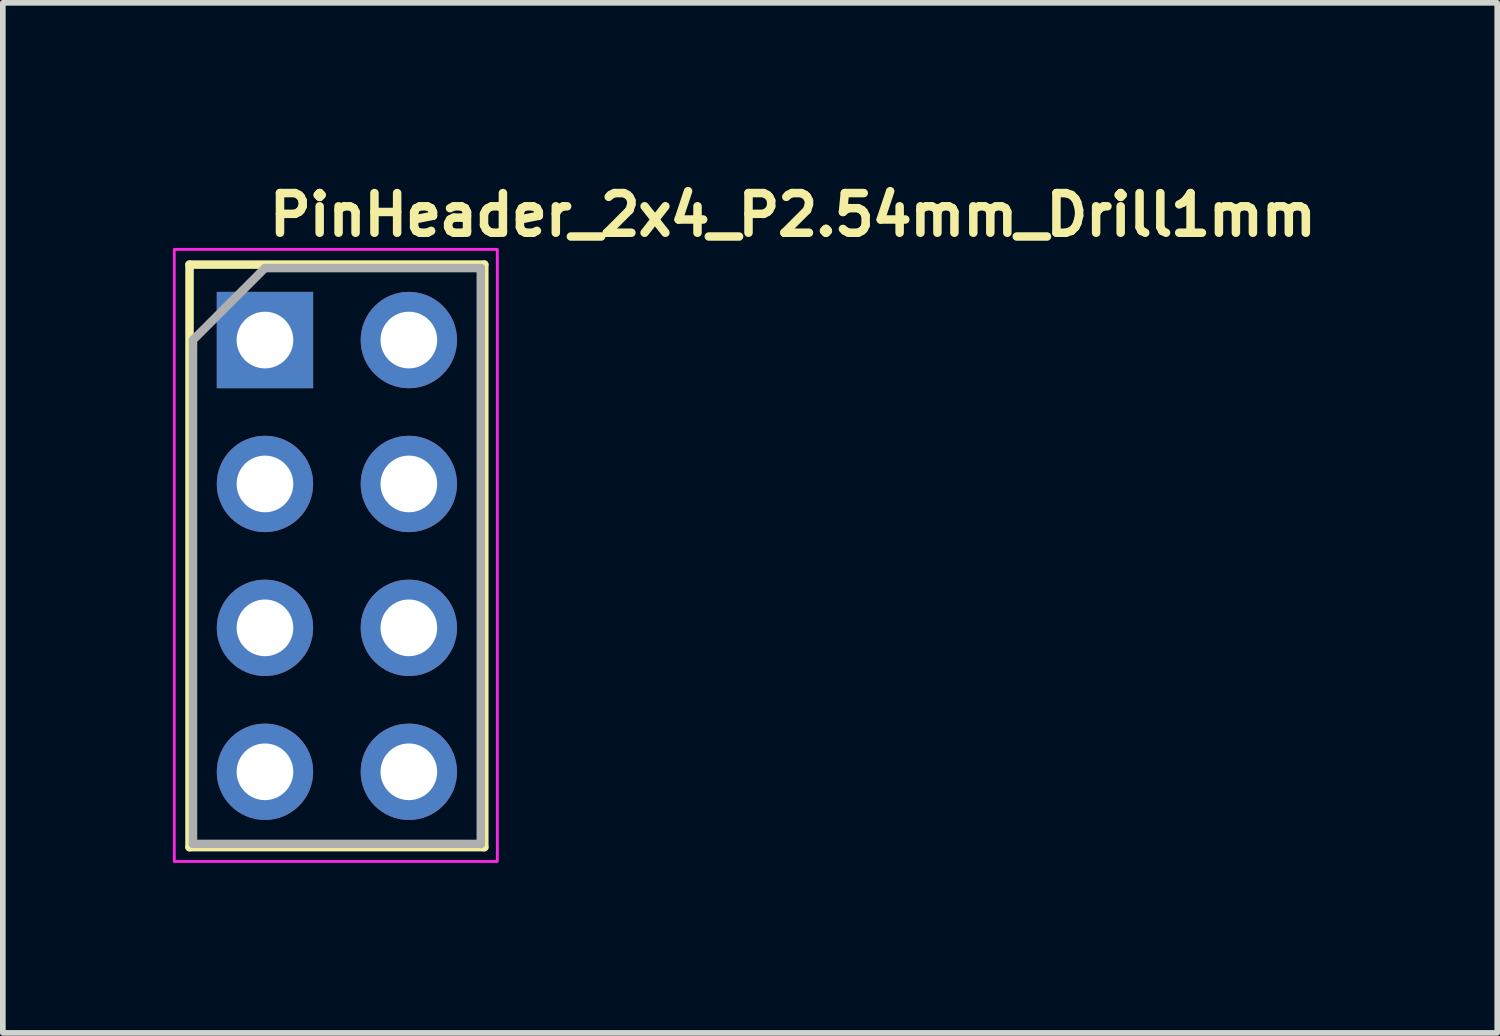
<source format=kicad_pcb>
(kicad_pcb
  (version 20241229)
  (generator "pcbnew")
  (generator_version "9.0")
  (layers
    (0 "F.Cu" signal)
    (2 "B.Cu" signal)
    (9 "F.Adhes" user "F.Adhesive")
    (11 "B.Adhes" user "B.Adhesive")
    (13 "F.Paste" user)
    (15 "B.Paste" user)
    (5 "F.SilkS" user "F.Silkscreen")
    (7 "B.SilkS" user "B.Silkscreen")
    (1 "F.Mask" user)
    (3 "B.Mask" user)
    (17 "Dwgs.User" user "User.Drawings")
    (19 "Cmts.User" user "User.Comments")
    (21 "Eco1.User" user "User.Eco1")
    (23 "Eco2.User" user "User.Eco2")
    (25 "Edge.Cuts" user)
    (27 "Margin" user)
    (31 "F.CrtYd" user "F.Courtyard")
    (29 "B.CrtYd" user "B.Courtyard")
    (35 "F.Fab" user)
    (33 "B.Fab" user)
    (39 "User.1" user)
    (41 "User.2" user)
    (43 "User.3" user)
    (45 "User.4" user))
  (footprint "PinHeader_2x4_P2.54mm_Drill1mm"
    (layer "F.Cu")
    (at 1.625 2.95)
    (property "Reference" "PinHeader_2x4_P2.54mm_Drill1mm" (at 0 -1.8 0) (layer "F.SilkS") (effects (font (size 0.7 0.7) (thickness 0.15)) (justify left bottom)))
    (attr through_hole)
    (fp_line (start -1.331 -1.331) (end -1.331 8.948) (stroke (width 0.15) (type solid)) (layer "F.SilkS"))
    (fp_line (start -1.331 -1.331) (end 3.87 -1.331) (stroke (width 0.15) (type solid)) (layer "F.SilkS"))
    (fp_line (start -1.331 8.948) (end 3.87 8.948) (stroke (width 0.15) (type solid)) (layer "F.SilkS"))
    (fp_line (start 3.87 -1.331) (end 3.87 8.948) (stroke (width 0.15) (type solid)) (layer "F.SilkS"))
    (fp_rect (start -1.6 -1.6) (end 4.1 9.2) (stroke (width 0.05) (type solid)) (fill no) (layer "F.CrtYd"))
    (fp_line (start -1.27 0) (end 0 -1.27) (stroke (width 0.15) (type solid)) (layer "F.Fab"))
    (fp_line (start -1.27 8.89) (end -1.27 0) (stroke (width 0.15) (type solid)) (layer "F.Fab"))
    (fp_line (start 0 -1.27) (end 3.809 -1.27) (stroke (width 0.15) (type solid)) (layer "F.Fab"))
    (fp_line (start 3.809 -1.27) (end 3.809 8.89) (stroke (width 0.15) (type solid)) (layer "F.Fab"))
    (fp_line (start 3.809 8.89) (end -1.27 8.89) (stroke (width 0.15) (type solid)) (layer "F.Fab"))
    (fp_rect (start 3.781 8.891) (end -1.239 -1.269) (stroke (width 0.1) (type solid)) (fill no) (layer "User.5"))
    (fp_line (start -1.239 -1.269) (end -1.239 1.047) (stroke (width 0.02) (type solid)) (layer "User.9"))
    (fp_line (start -1.239 -1.269) (end 3.781 -1.269) (stroke (width 0.02) (type solid)) (layer "User.9"))
    (fp_line (start -1.239 1.047) (end -1.015 1.27) (stroke (width 0.02) (type solid)) (layer "User.9"))
    (fp_line (start -1.239 1.047) (end 3.781 1.047) (stroke (width 0.02) (type solid)) (layer "User.9"))
    (fp_line (start -1.239 1.496) (end -1.239 3.586) (stroke (width 0.02) (type solid)) (layer "User.9"))
    (fp_line (start -1.239 1.496) (end -1.015 1.27) (stroke (width 0.02) (type solid)) (layer "User.9"))
    (fp_line (start -1.239 1.496) (end 3.781 1.496) (stroke (width 0.02) (type solid)) (layer "User.9"))
    (fp_line (start -1.239 3.586) (end -1.015 3.81) (stroke (width 0.02) (type solid)) (layer "User.9"))
    (fp_line (start -1.239 3.586) (end 3.781 3.586) (stroke (width 0.02) (type solid)) (layer "User.9"))
    (fp_line (start -1.239 4.036) (end -1.239 6.127) (stroke (width 0.02) (type solid)) (layer "User.9"))
    (fp_line (start -1.239 4.036) (end -1.015 3.81) (stroke (width 0.02) (type solid)) (layer "User.9"))
    (fp_line (start -1.239 4.036) (end 3.781 4.036) (stroke (width 0.02) (type solid)) (layer "User.9"))
    (fp_line (start -1.239 6.127) (end -1.015 6.351) (stroke (width 0.02) (type solid)) (layer "User.9"))
    (fp_line (start -1.239 6.127) (end 3.781 6.127) (stroke (width 0.02) (type solid)) (layer "User.9"))
    (fp_line (start -1.239 6.576) (end -1.239 8.891) (stroke (width 0.02) (type solid)) (layer "User.9"))
    (fp_line (start -1.239 6.576) (end -1.015 6.351) (stroke (width 0.02) (type solid)) (layer "User.9"))
    (fp_line (start -1.239 6.576) (end 3.781 6.576) (stroke (width 0.02) (type solid)) (layer "User.9"))
    (fp_line (start -1.239 8.891) (end 3.781 8.891) (stroke (width 0.02) (type solid)) (layer "User.9"))
    (fp_line (start -1.015 1.27) (end 3.556 1.27) (stroke (width 0.02) (type solid)) (layer "User.9"))
    (fp_line (start -1.015 3.81) (end 3.556 3.81) (stroke (width 0.02) (type solid)) (layer "User.9"))
    (fp_line (start -1.015 6.351) (end 3.556 6.351) (stroke (width 0.02) (type solid)) (layer "User.9"))
    (fp_line (start -0.32 -0.32) (end -0.32 0.32) (stroke (width 0.02) (type solid)) (layer "User.9"))
    (fp_line (start -0.32 -0.32) (end -0.064 -0.064) (stroke (width 0.02) (type solid)) (layer "User.9"))
    (fp_line (start -0.32 -0.32) (end 0.32 -0.32) (stroke (width 0.02) (type solid)) (layer "User.9"))
    (fp_line (start -0.32 0.32) (end -0.064 0.064) (stroke (width 0.02) (type solid)) (layer "User.9"))
    (fp_line (start -0.32 0.32) (end 0.32 0.32) (stroke (width 0.02) (type solid)) (layer "User.9"))
    (fp_line (start -0.32 2.222) (end -0.32 2.86) (stroke (width 0.02) (type solid)) (layer "User.9"))
    (fp_line (start -0.32 2.222) (end -0.064 2.476) (stroke (width 0.02) (type solid)) (layer "User.9"))
    (fp_line (start -0.32 2.222) (end 0.32 2.222) (stroke (width 0.02) (type solid)) (layer "User.9"))
    (fp_line (start -0.32 2.86) (end -0.064 2.605) (stroke (width 0.02) (type solid)) (layer "User.9"))
    (fp_line (start -0.32 2.86) (end 0.32 2.86) (stroke (width 0.02) (type solid)) (layer "User.9"))
    (fp_line (start -0.32 4.76) (end -0.32 5.401) (stroke (width 0.02) (type solid)) (layer "User.9"))
    (fp_line (start -0.32 4.76) (end -0.064 5.016) (stroke (width 0.02) (type solid)) (layer "User.9"))
    (fp_line (start -0.32 4.76) (end 0.32 4.76) (stroke (width 0.02) (type solid)) (layer "User.9"))
    (fp_line (start -0.32 5.401) (end -0.064 5.146) (stroke (width 0.02) (type solid)) (layer "User.9"))
    (fp_line (start -0.32 5.401) (end 0.32 5.401) (stroke (width 0.02) (type solid)) (layer "User.9"))
    (fp_line (start -0.32 7.3) (end -0.32 7.941) (stroke (width 0.02) (type solid)) (layer "User.9"))
    (fp_line (start -0.32 7.3) (end -0.064 7.556) (stroke (width 0.02) (type solid)) (layer "User.9"))
    (fp_line (start -0.32 7.3) (end 0.32 7.3) (stroke (width 0.02) (type solid)) (layer "User.9"))
    (fp_line (start -0.32 7.941) (end -0.064 7.686) (stroke (width 0.02) (type solid)) (layer "User.9"))
    (fp_line (start -0.32 7.941) (end 0.32 7.941) (stroke (width 0.02) (type solid)) (layer "User.9"))
    (fp_line (start -0.064 -0.064) (end -0.064 0.064) (stroke (width 0.02) (type solid)) (layer "User.9"))
    (fp_line (start -0.064 -0.064) (end 0.064 -0.064) (stroke (width 0.02) (type solid)) (layer "User.9"))
    (fp_line (start -0.064 0.064) (end 0.064 0.064) (stroke (width 0.02) (type solid)) (layer "User.9"))
    (fp_line (start -0.064 2.476) (end -0.064 2.605) (stroke (width 0.02) (type solid)) (layer "User.9"))
    (fp_line (start -0.064 2.476) (end 0.064 2.476) (stroke (width 0.02) (type solid)) (layer "User.9"))
    (fp_line (start -0.064 2.605) (end 0.064 2.605) (stroke (width 0.02) (type solid)) (layer "User.9"))
    (fp_line (start -0.064 5.016) (end -0.064 5.146) (stroke (width 0.02) (type solid)) (layer "User.9"))
    (fp_line (start -0.064 5.016) (end 0.064 5.016) (stroke (width 0.02) (type solid)) (layer "User.9"))
    (fp_line (start -0.064 5.146) (end 0.064 5.146) (stroke (width 0.02) (type solid)) (layer "User.9"))
    (fp_line (start -0.064 7.556) (end -0.064 7.686) (stroke (width 0.02) (type solid)) (layer "User.9"))
    (fp_line (start -0.064 7.556) (end 0.064 7.556) (stroke (width 0.02) (type solid)) (layer "User.9"))
    (fp_line (start -0.064 7.686) (end 0.064 7.686) (stroke (width 0.02) (type solid)) (layer "User.9"))
    (fp_line (start 0.064 -0.064) (end 0.064 0.064) (stroke (width 0.02) (type solid)) (layer "User.9"))
    (fp_line (start 0.064 2.476) (end 0.064 2.605) (stroke (width 0.02) (type solid)) (layer "User.9"))
    (fp_line (start 0.064 5.016) (end 0.064 5.146) (stroke (width 0.02) (type solid)) (layer "User.9"))
    (fp_line (start 0.064 7.556) (end 0.064 7.686) (stroke (width 0.02) (type solid)) (layer "User.9"))
    (fp_line (start 0.32 -0.32) (end 0.064 -0.064) (stroke (width 0.02) (type solid)) (layer "User.9"))
    (fp_line (start 0.32 -0.32) (end 0.32 0.32) (stroke (width 0.02) (type solid)) (layer "User.9"))
    (fp_line (start 0.32 0.32) (end 0.064 0.064) (stroke (width 0.02) (type solid)) (layer "User.9"))
    (fp_line (start 0.32 2.222) (end 0.064 2.476) (stroke (width 0.02) (type solid)) (layer "User.9"))
    (fp_line (start 0.32 2.222) (end 0.32 2.86) (stroke (width 0.02) (type solid)) (layer "User.9"))
    (fp_line (start 0.32 2.86) (end 0.064 2.605) (stroke (width 0.02) (type solid)) (layer "User.9"))
    (fp_line (start 0.32 4.76) (end 0.064 5.016) (stroke (width 0.02) (type solid)) (layer "User.9"))
    (fp_line (start 0.32 4.76) (end 0.32 5.401) (stroke (width 0.02) (type solid)) (layer "User.9"))
    (fp_line (start 0.32 5.401) (end 0.064 5.146) (stroke (width 0.02) (type solid)) (layer "User.9"))
    (fp_line (start 0.32 7.3) (end 0.064 7.556) (stroke (width 0.02) (type solid)) (layer "User.9"))
    (fp_line (start 0.32 7.3) (end 0.32 7.941) (stroke (width 0.02) (type solid)) (layer "User.9"))
    (fp_line (start 0.32 7.941) (end 0.064 7.686) (stroke (width 0.02) (type solid)) (layer "User.9"))
    (fp_line (start 2.222 -0.32) (end 2.222 0.32) (stroke (width 0.02) (type solid)) (layer "User.9"))
    (fp_line (start 2.222 -0.32) (end 2.476 -0.064) (stroke (width 0.02) (type solid)) (layer "User.9"))
    (fp_line (start 2.222 -0.32) (end 2.86 -0.32) (stroke (width 0.02) (type solid)) (layer "User.9"))
    (fp_line (start 2.222 0.32) (end 2.476 0.064) (stroke (width 0.02) (type solid)) (layer "User.9"))
    (fp_line (start 2.222 0.32) (end 2.86 0.32) (stroke (width 0.02) (type solid)) (layer "User.9"))
    (fp_line (start 2.222 2.222) (end 2.222 2.86) (stroke (width 0.02) (type solid)) (layer "User.9"))
    (fp_line (start 2.222 2.222) (end 2.476 2.476) (stroke (width 0.02) (type solid)) (layer "User.9"))
    (fp_line (start 2.222 2.222) (end 2.86 2.222) (stroke (width 0.02) (type solid)) (layer "User.9"))
    (fp_line (start 2.222 2.86) (end 2.476 2.605) (stroke (width 0.02) (type solid)) (layer "User.9"))
    (fp_line (start 2.222 2.86) (end 2.86 2.86) (stroke (width 0.02) (type solid)) (layer "User.9"))
    (fp_line (start 2.222 4.76) (end 2.222 5.401) (stroke (width 0.02) (type solid)) (layer "User.9"))
    (fp_line (start 2.222 4.76) (end 2.476 5.016) (stroke (width 0.02) (type solid)) (layer "User.9"))
    (fp_line (start 2.222 4.76) (end 2.86 4.76) (stroke (width 0.02) (type solid)) (layer "User.9"))
    (fp_line (start 2.222 5.401) (end 2.476 5.146) (stroke (width 0.02) (type solid)) (layer "User.9"))
    (fp_line (start 2.222 5.401) (end 2.86 5.401) (stroke (width 0.02) (type solid)) (layer "User.9"))
    (fp_line (start 2.222 7.3) (end 2.222 7.941) (stroke (width 0.02) (type solid)) (layer "User.9"))
    (fp_line (start 2.222 7.3) (end 2.476 7.556) (stroke (width 0.02) (type solid)) (layer "User.9"))
    (fp_line (start 2.222 7.3) (end 2.86 7.3) (stroke (width 0.02) (type solid)) (layer "User.9"))
    (fp_line (start 2.222 7.941) (end 2.476 7.686) (stroke (width 0.02) (type solid)) (layer "User.9"))
    (fp_line (start 2.222 7.941) (end 2.86 7.941) (stroke (width 0.02) (type solid)) (layer "User.9"))
    (fp_line (start 2.476 -0.064) (end 2.476 0.064) (stroke (width 0.02) (type solid)) (layer "User.9"))
    (fp_line (start 2.476 -0.064) (end 2.605 -0.064) (stroke (width 0.02) (type solid)) (layer "User.9"))
    (fp_line (start 2.476 0.064) (end 2.605 0.064) (stroke (width 0.02) (type solid)) (layer "User.9"))
    (fp_line (start 2.476 2.476) (end 2.476 2.605) (stroke (width 0.02) (type solid)) (layer "User.9"))
    (fp_line (start 2.476 2.476) (end 2.605 2.476) (stroke (width 0.02) (type solid)) (layer "User.9"))
    (fp_line (start 2.476 2.605) (end 2.605 2.605) (stroke (width 0.02) (type solid)) (layer "User.9"))
    (fp_line (start 2.476 5.016) (end 2.476 5.146) (stroke (width 0.02) (type solid)) (layer "User.9"))
    (fp_line (start 2.476 5.016) (end 2.605 5.016) (stroke (width 0.02) (type solid)) (layer "User.9"))
    (fp_line (start 2.476 5.146) (end 2.605 5.146) (stroke (width 0.02) (type solid)) (layer "User.9"))
    (fp_line (start 2.476 7.556) (end 2.476 7.686) (stroke (width 0.02) (type solid)) (layer "User.9"))
    (fp_line (start 2.476 7.556) (end 2.605 7.556) (stroke (width 0.02) (type solid)) (layer "User.9"))
    (fp_line (start 2.476 7.686) (end 2.605 7.686) (stroke (width 0.02) (type solid)) (layer "User.9"))
    (fp_line (start 2.605 -0.064) (end 2.605 0.064) (stroke (width 0.02) (type solid)) (layer "User.9"))
    (fp_line (start 2.605 2.476) (end 2.605 2.605) (stroke (width 0.02) (type solid)) (layer "User.9"))
    (fp_line (start 2.605 5.016) (end 2.605 5.146) (stroke (width 0.02) (type solid)) (layer "User.9"))
    (fp_line (start 2.605 7.556) (end 2.605 7.686) (stroke (width 0.02) (type solid)) (layer "User.9"))
    (fp_line (start 2.86 -0.32) (end 2.605 -0.064) (stroke (width 0.02) (type solid)) (layer "User.9"))
    (fp_line (start 2.86 -0.32) (end 2.86 0.32) (stroke (width 0.02) (type solid)) (layer "User.9"))
    (fp_line (start 2.86 0.32) (end 2.605 0.064) (stroke (width 0.02) (type solid)) (layer "User.9"))
    (fp_line (start 2.86 2.222) (end 2.605 2.476) (stroke (width 0.02) (type solid)) (layer "User.9"))
    (fp_line (start 2.86 2.222) (end 2.86 2.86) (stroke (width 0.02) (type solid)) (layer "User.9"))
    (fp_line (start 2.86 2.86) (end 2.605 2.605) (stroke (width 0.02) (type solid)) (layer "User.9"))
    (fp_line (start 2.86 4.76) (end 2.605 5.016) (stroke (width 0.02) (type solid)) (layer "User.9"))
    (fp_line (start 2.86 4.76) (end 2.86 5.401) (stroke (width 0.02) (type solid)) (layer "User.9"))
    (fp_line (start 2.86 5.401) (end 2.605 5.146) (stroke (width 0.02) (type solid)) (layer "User.9"))
    (fp_line (start 2.86 7.3) (end 2.605 7.556) (stroke (width 0.02) (type solid)) (layer "User.9"))
    (fp_line (start 2.86 7.3) (end 2.86 7.941) (stroke (width 0.02) (type solid)) (layer "User.9"))
    (fp_line (start 2.86 7.941) (end 2.605 7.686) (stroke (width 0.02) (type solid)) (layer "User.9"))
    (fp_line (start 3.781 -1.269) (end 3.781 1.047) (stroke (width 0.02) (type solid)) (layer "User.9"))
    (fp_line (start 3.781 1.047) (end 3.556 1.27) (stroke (width 0.02) (type solid)) (layer "User.9"))
    (fp_line (start 3.781 1.496) (end 3.556 1.27) (stroke (width 0.02) (type solid)) (layer "User.9"))
    (fp_line (start 3.781 1.496) (end 3.781 3.586) (stroke (width 0.02) (type solid)) (layer "User.9"))
    (fp_line (start 3.781 3.586) (end 3.556 3.81) (stroke (width 0.02) (type solid)) (layer "User.9"))
    (fp_line (start 3.781 4.036) (end 3.556 3.81) (stroke (width 0.02) (type solid)) (layer "User.9"))
    (fp_line (start 3.781 4.036) (end 3.781 6.127) (stroke (width 0.02) (type solid)) (layer "User.9"))
    (fp_line (start 3.781 6.127) (end 3.556 6.351) (stroke (width 0.02) (type solid)) (layer "User.9"))
    (fp_line (start 3.781 6.576) (end 3.556 6.351) (stroke (width 0.02) (type solid)) (layer "User.9"))
    (fp_line (start 3.781 6.576) (end 3.781 8.891) (stroke (width 0.02) (type solid)) (layer "User.9"))
    (pad "1" thru_hole rect (at 0 0) (size 1.7 1.7) (drill 1) (layers "*.Cu" "*.Mask"))
    (pad "2" thru_hole oval (at 2.539 0) (size 1.7 1.7) (drill 1) (layers "*.Cu" "*.Mask"))
    (pad "3" thru_hole oval (at 0 2.539) (size 1.7 1.7) (drill 1) (layers "*.Cu" "*.Mask"))
    (pad "4" thru_hole oval (at 2.539 2.539) (size 1.7 1.7) (drill 1) (layers "*.Cu" "*.Mask"))
    (pad "5" thru_hole oval (at 0 5.078) (size 1.7 1.7) (drill 1) (layers "*.Cu" "*.Mask"))
    (pad "6" thru_hole oval (at 2.539 5.078) (size 1.7 1.7) (drill 1) (layers "*.Cu" "*.Mask"))
    (pad "7" thru_hole oval (at 0 7.618) (size 1.7 1.7) (drill 1) (layers "*.Cu" "*.Mask"))
    (pad "8" thru_hole oval (at 2.539 7.618) (size 1.7 1.7) (drill 1) (layers "*.Cu" "*.Mask")))
  (gr_rect
    (start -3 -3)
    (end 23.368 15.175)
    (stroke (width 0.1) (type default))
    (fill no)
    (layer "Edge.Cuts")))
</source>
